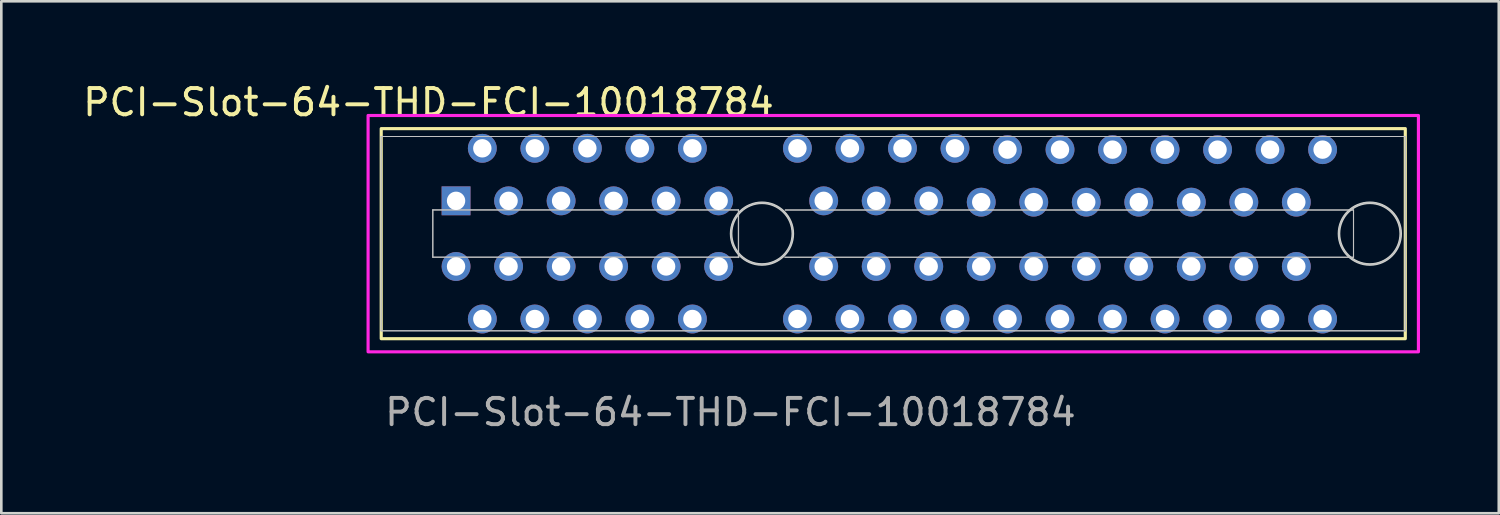
<source format=kicad_pcb>
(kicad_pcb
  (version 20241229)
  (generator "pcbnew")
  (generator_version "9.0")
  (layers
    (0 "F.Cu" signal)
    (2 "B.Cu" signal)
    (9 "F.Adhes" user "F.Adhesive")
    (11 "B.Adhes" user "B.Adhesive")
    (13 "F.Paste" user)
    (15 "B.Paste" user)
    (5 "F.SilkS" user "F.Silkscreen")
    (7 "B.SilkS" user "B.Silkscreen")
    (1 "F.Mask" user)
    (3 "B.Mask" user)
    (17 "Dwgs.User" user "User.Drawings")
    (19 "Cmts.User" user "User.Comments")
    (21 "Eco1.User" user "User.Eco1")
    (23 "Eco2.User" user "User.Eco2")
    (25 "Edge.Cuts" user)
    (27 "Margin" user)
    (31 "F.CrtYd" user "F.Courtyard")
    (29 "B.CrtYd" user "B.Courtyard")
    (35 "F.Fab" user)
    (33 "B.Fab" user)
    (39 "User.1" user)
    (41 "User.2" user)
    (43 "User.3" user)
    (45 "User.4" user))
  (footprint "PCI-Slot-64-THD-FCI-10018784"
    (layer "F.Cu")
    (at 25.968 5.848)
    (property "Reference" "PCI-Slot-64-THD-FCI-10018784" (at -12.7 -5 0) (unlocked yes) (layer "F.SilkS") (effects (font (size 1 1) (thickness 0.15))))
    (attr through_hole)
    (fp_rect (start -14.5 -4) (end 24.5 4) (stroke (width 0.12) (type default)) (fill no) (layer "F.SilkS"))
    (fp_line (start -14.504 -3.7) (end -14.504 3.7) (stroke (width 0.04) (type default)) (layer "Dwgs.User"))
    (fp_line (start -14.504 -3.7) (end 24.496 -3.7) (stroke (width 0.04) (type default)) (layer "Dwgs.User"))
    (fp_line (start -12.54 -0.906) (end -0.9 -0.906) (stroke (width 0.04) (type default)) (layer "Dwgs.User"))
    (fp_line (start -12.54 0.894) (end -12.54 -0.906) (stroke (width 0.04) (type default)) (layer "Dwgs.User"))
    (fp_line (start -0.9 -0.906) (end -0.9 0.906) (stroke (width 0.04) (type default)) (layer "Dwgs.User"))
    (fp_line (start -0.887 0.894) (end -12.54 0.894) (stroke (width 0.04) (type default)) (layer "Dwgs.User"))
    (fp_line (start 0.886 -0.9) (end 22.526 -0.9) (stroke (width 0.04) (type default)) (layer "Dwgs.User"))
    (fp_line (start 22.526 -0.9) (end 22.526 0.9) (stroke (width 0.04) (type default)) (layer "Dwgs.User"))
    (fp_line (start 22.526 0.9) (end 0.874 0.9) (stroke (width 0.04) (type default)) (layer "Dwgs.User"))
    (fp_line (start 24.496 -3.7) (end 24.496 3.7) (stroke (width 0.04) (type default)) (layer "Dwgs.User"))
    (fp_line (start 24.496 3.7) (end -14.504 3.7) (stroke (width 0.04) (type default)) (layer "Dwgs.User"))
    (fp_circle (center -0.004 0) (end 1.171 0) (stroke (width 0.04) (type default)) (fill no) (layer "Dwgs.User"))
    (fp_circle (center 23.146 0) (end 24.321 0) (stroke (width 0.04) (type default)) (fill no) (layer "Dwgs.User"))
    (fp_circle (center 0 0) (end 1.175 0) (stroke (width 0.1) (type default)) (fill no) (layer "Edge.Cuts"))
    (fp_circle (center 23.15 0) (end 24.325 0) (stroke (width 0.1) (type solid)) (fill no) (layer "Edge.Cuts"))
    (fp_rect (start -15 -4.5) (end 25 4.5) (stroke (width 0.12) (type default)) (fill no) (layer "F.CrtYd"))
    (fp_line (start -14.5 -3.7) (end -14.5 3.7) (stroke (width 0.04) (type default)) (layer "F.Fab"))
    (fp_line (start -14.5 -3.7) (end 24.5 -3.7) (stroke (width 0.04) (type default)) (layer "F.Fab"))
    (fp_line (start -12.53 -0.9) (end -0.89 -0.9) (stroke (width 0.04) (type default)) (layer "F.Fab"))
    (fp_line (start -12.53 0.9) (end -12.53 -0.9) (stroke (width 0.04) (type default)) (layer "F.Fab"))
    (fp_line (start -0.89 -0.9) (end -0.89 0.912) (stroke (width 0.04) (type default)) (layer "F.Fab"))
    (fp_line (start -0.877 0.9) (end -12.53 0.9) (stroke (width 0.04) (type default)) (layer "F.Fab"))
    (fp_line (start 0.89 -0.9) (end 22.53 -0.9) (stroke (width 0.04) (type default)) (layer "F.Fab"))
    (fp_line (start 22.53 -0.9) (end 22.53 0.9) (stroke (width 0.04) (type default)) (layer "F.Fab"))
    (fp_line (start 22.53 0.9) (end 0.878 0.9) (stroke (width 0.04) (type default)) (layer "F.Fab"))
    (fp_line (start 24.5 -3.7) (end 24.5 3.7) (stroke (width 0.04) (type default)) (layer "F.Fab"))
    (fp_line (start 24.5 3.7) (end -14.5 3.7) (stroke (width 0.04) (type default)) (layer "F.Fab"))
    (fp_arc (start -11.65 0.948) (mid -11.348 1.25) (end -11.65 1.552) (stroke (width 0.04) (type default)) (layer "F.Fab"))
    (fp_arc (start -11.65 1.552) (mid -11.952 1.25) (end -11.65 0.948) (stroke (width 0.04) (type default)) (layer "F.Fab"))
    (fp_arc (start -10.65 -3.552) (mid -10.348 -3.25) (end -10.65 -2.948) (stroke (width 0.04) (type default)) (layer "F.Fab"))
    (fp_arc (start -10.65 -2.948) (mid -10.952 -3.25) (end -10.65 -3.552) (stroke (width 0.04) (type default)) (layer "F.Fab"))
    (fp_arc (start -10.65 2.948) (mid -10.348 3.25) (end -10.65 3.552) (stroke (width 0.04) (type default)) (layer "F.Fab"))
    (fp_arc (start -10.65 3.552) (mid -10.952 3.25) (end -10.65 2.948) (stroke (width 0.04) (type default)) (layer "F.Fab"))
    (fp_arc (start -9.65 -1.552) (mid -9.348 -1.25) (end -9.65 -0.948) (stroke (width 0.04) (type default)) (layer "F.Fab"))
    (fp_arc (start -9.65 -0.948) (mid -9.952 -1.25) (end -9.65 -1.552) (stroke (width 0.04) (type default)) (layer "F.Fab"))
    (fp_arc (start -9.65 0.948) (mid -9.348 1.25) (end -9.65 1.552) (stroke (width 0.04) (type default)) (layer "F.Fab"))
    (fp_arc (start -9.65 1.552) (mid -9.952 1.25) (end -9.65 0.948) (stroke (width 0.04) (type default)) (layer "F.Fab"))
    (fp_arc (start -8.65 -3.552) (mid -8.348 -3.25) (end -8.65 -2.948) (stroke (width 0.04) (type default)) (layer "F.Fab"))
    (fp_arc (start -8.65 -2.948) (mid -8.952 -3.25) (end -8.65 -3.552) (stroke (width 0.04) (type default)) (layer "F.Fab"))
    (fp_arc (start -8.65 2.948) (mid -8.348 3.25) (end -8.65 3.552) (stroke (width 0.04) (type default)) (layer "F.Fab"))
    (fp_arc (start -8.65 3.552) (mid -8.952 3.25) (end -8.65 2.948) (stroke (width 0.04) (type default)) (layer "F.Fab"))
    (fp_arc (start -7.65 -1.552) (mid -7.348 -1.25) (end -7.65 -0.948) (stroke (width 0.04) (type default)) (layer "F.Fab"))
    (fp_arc (start -7.65 -0.948) (mid -7.952 -1.25) (end -7.65 -1.552) (stroke (width 0.04) (type default)) (layer "F.Fab"))
    (fp_arc (start -7.65 0.948) (mid -7.348 1.25) (end -7.65 1.552) (stroke (width 0.04) (type default)) (layer "F.Fab"))
    (fp_arc (start -7.65 1.552) (mid -7.952 1.25) (end -7.65 0.948) (stroke (width 0.04) (type default)) (layer "F.Fab"))
    (fp_arc (start -6.65 -3.552) (mid -6.348 -3.25) (end -6.65 -2.948) (stroke (width 0.04) (type default)) (layer "F.Fab"))
    (fp_arc (start -6.65 -2.948) (mid -6.952 -3.25) (end -6.65 -3.552) (stroke (width 0.04) (type default)) (layer "F.Fab"))
    (fp_arc (start -6.65 2.948) (mid -6.348 3.25) (end -6.65 3.552) (stroke (width 0.04) (type default)) (layer "F.Fab"))
    (fp_arc (start -6.65 3.552) (mid -6.952 3.25) (end -6.65 2.948) (stroke (width 0.04) (type default)) (layer "F.Fab"))
    (fp_arc (start -5.65 -1.552) (mid -5.348 -1.25) (end -5.65 -0.948) (stroke (width 0.04) (type default)) (layer "F.Fab"))
    (fp_arc (start -5.65 -0.948) (mid -5.952 -1.25) (end -5.65 -1.552) (stroke (width 0.04) (type default)) (layer "F.Fab"))
    (fp_arc (start -5.65 0.948) (mid -5.348 1.25) (end -5.65 1.552) (stroke (width 0.04) (type default)) (layer "F.Fab"))
    (fp_arc (start -5.65 1.552) (mid -5.952 1.25) (end -5.65 0.948) (stroke (width 0.04) (type default)) (layer "F.Fab"))
    (fp_arc (start -4.65 -3.552) (mid -4.348 -3.25) (end -4.65 -2.948) (stroke (width 0.04) (type default)) (layer "F.Fab"))
    (fp_arc (start -4.65 -2.948) (mid -4.952 -3.25) (end -4.65 -3.552) (stroke (width 0.04) (type default)) (layer "F.Fab"))
    (fp_arc (start -4.65 2.948) (mid -4.348 3.25) (end -4.65 3.552) (stroke (width 0.04) (type default)) (layer "F.Fab"))
    (fp_arc (start -4.65 3.552) (mid -4.952 3.25) (end -4.65 2.948) (stroke (width 0.04) (type default)) (layer "F.Fab"))
    (fp_arc (start -3.65 -1.552) (mid -3.348 -1.25) (end -3.65 -0.948) (stroke (width 0.04) (type default)) (layer "F.Fab"))
    (fp_arc (start -3.65 -0.948) (mid -3.952 -1.25) (end -3.65 -1.552) (stroke (width 0.04) (type default)) (layer "F.Fab"))
    (fp_arc (start -3.65 0.948) (mid -3.348 1.25) (end -3.65 1.552) (stroke (width 0.04) (type default)) (layer "F.Fab"))
    (fp_arc (start -3.65 1.552) (mid -3.952 1.25) (end -3.65 0.948) (stroke (width 0.04) (type default)) (layer "F.Fab"))
    (fp_arc (start -2.65 -3.552) (mid -2.348 -3.25) (end -2.65 -2.948) (stroke (width 0.04) (type default)) (layer "F.Fab"))
    (fp_arc (start -2.65 -2.948) (mid -2.952 -3.25) (end -2.65 -3.552) (stroke (width 0.04) (type default)) (layer "F.Fab"))
    (fp_arc (start -2.65 2.948) (mid -2.348 3.25) (end -2.65 3.552) (stroke (width 0.04) (type default)) (layer "F.Fab"))
    (fp_arc (start -2.65 3.552) (mid -2.952 3.25) (end -2.65 2.948) (stroke (width 0.04) (type default)) (layer "F.Fab"))
    (fp_arc (start -1.65 -1.552) (mid -1.348 -1.25) (end -1.65 -0.948) (stroke (width 0.04) (type default)) (layer "F.Fab"))
    (fp_arc (start -1.65 -0.948) (mid -1.952 -1.25) (end -1.65 -1.552) (stroke (width 0.04) (type default)) (layer "F.Fab"))
    (fp_arc (start -1.65 0.948) (mid -1.348 1.25) (end -1.65 1.552) (stroke (width 0.04) (type default)) (layer "F.Fab"))
    (fp_arc (start -1.65 1.552) (mid -1.952 1.25) (end -1.65 0.948) (stroke (width 0.04) (type default)) (layer "F.Fab"))
    (fp_arc (start 1.35 -3.552) (mid 1.652 -3.25) (end 1.35 -2.948) (stroke (width 0.04) (type default)) (layer "F.Fab"))
    (fp_arc (start 1.35 -2.948) (mid 1.048 -3.25) (end 1.35 -3.552) (stroke (width 0.04) (type default)) (layer "F.Fab"))
    (fp_arc (start 1.35 2.948) (mid 1.652 3.25) (end 1.35 3.552) (stroke (width 0.04) (type default)) (layer "F.Fab"))
    (fp_arc (start 1.35 3.552) (mid 1.048 3.25) (end 1.35 2.948) (stroke (width 0.04) (type default)) (layer "F.Fab"))
    (fp_arc (start 2.35 -1.552) (mid 2.652 -1.25) (end 2.35 -0.948) (stroke (width 0.04) (type default)) (layer "F.Fab"))
    (fp_arc (start 2.35 -0.948) (mid 2.048 -1.25) (end 2.35 -1.552) (stroke (width 0.04) (type default)) (layer "F.Fab"))
    (fp_arc (start 2.35 0.948) (mid 2.652 1.25) (end 2.35 1.552) (stroke (width 0.04) (type default)) (layer "F.Fab"))
    (fp_arc (start 2.35 1.552) (mid 2.048 1.25) (end 2.35 0.948) (stroke (width 0.04) (type default)) (layer "F.Fab"))
    (fp_arc (start 3.35 -3.552) (mid 3.652 -3.25) (end 3.35 -2.948) (stroke (width 0.04) (type default)) (layer "F.Fab"))
    (fp_arc (start 3.35 -2.948) (mid 3.048 -3.25) (end 3.35 -3.552) (stroke (width 0.04) (type default)) (layer "F.Fab"))
    (fp_arc (start 3.35 2.948) (mid 3.652 3.25) (end 3.35 3.552) (stroke (width 0.04) (type default)) (layer "F.Fab"))
    (fp_arc (start 3.35 3.552) (mid 3.048 3.25) (end 3.35 2.948) (stroke (width 0.04) (type default)) (layer "F.Fab"))
    (fp_arc (start 4.35 -1.552) (mid 4.652 -1.25) (end 4.35 -0.948) (stroke (width 0.04) (type default)) (layer "F.Fab"))
    (fp_arc (start 4.35 -0.948) (mid 4.048 -1.25) (end 4.35 -1.552) (stroke (width 0.04) (type default)) (layer "F.Fab"))
    (fp_arc (start 4.35 0.948) (mid 4.652 1.25) (end 4.35 1.552) (stroke (width 0.04) (type default)) (layer "F.Fab"))
    (fp_arc (start 4.35 1.552) (mid 4.048 1.25) (end 4.35 0.948) (stroke (width 0.04) (type default)) (layer "F.Fab"))
    (fp_arc (start 5.35 -3.552) (mid 5.652 -3.25) (end 5.35 -2.948) (stroke (width 0.04) (type default)) (layer "F.Fab"))
    (fp_arc (start 5.35 -2.948) (mid 5.048 -3.25) (end 5.35 -3.552) (stroke (width 0.04) (type default)) (layer "F.Fab"))
    (fp_arc (start 5.35 2.948) (mid 5.652 3.25) (end 5.35 3.552) (stroke (width 0.04) (type default)) (layer "F.Fab"))
    (fp_arc (start 5.35 3.552) (mid 5.048 3.25) (end 5.35 2.948) (stroke (width 0.04) (type default)) (layer "F.Fab"))
    (fp_arc (start 6.35 -1.552) (mid 6.652 -1.25) (end 6.35 -0.948) (stroke (width 0.04) (type default)) (layer "F.Fab"))
    (fp_arc (start 6.35 -0.948) (mid 6.048 -1.25) (end 6.35 -1.552) (stroke (width 0.04) (type default)) (layer "F.Fab"))
    (fp_arc (start 6.35 0.948) (mid 6.652 1.25) (end 6.35 1.552) (stroke (width 0.04) (type default)) (layer "F.Fab"))
    (fp_arc (start 6.35 1.552) (mid 6.048 1.25) (end 6.35 0.948) (stroke (width 0.04) (type default)) (layer "F.Fab"))
    (fp_arc (start 7.35 -3.552) (mid 7.652 -3.25) (end 7.35 -2.948) (stroke (width 0.04) (type default)) (layer "F.Fab"))
    (fp_arc (start 7.35 -2.948) (mid 7.048 -3.25) (end 7.35 -3.552) (stroke (width 0.04) (type default)) (layer "F.Fab"))
    (fp_arc (start 7.35 2.948) (mid 7.652 3.25) (end 7.35 3.552) (stroke (width 0.04) (type default)) (layer "F.Fab"))
    (fp_arc (start 7.35 3.552) (mid 7.048 3.25) (end 7.35 2.948) (stroke (width 0.04) (type default)) (layer "F.Fab"))
    (fp_arc (start 8.35 -1.502) (mid 8.652 -1.2) (end 8.35 -0.898) (stroke (width 0.04) (type default)) (layer "F.Fab"))
    (fp_arc (start 11.35 -2.898) (mid 11.048 -3.2) (end 11.35 -3.502) (stroke (width 0.04) (type default)) (layer "F.Fab"))
    (fp_arc (start 14.35 -1.502) (mid 14.652 -1.2) (end 14.35 -0.898) (stroke (width 0.04) (type default)) (layer "F.Fab"))
    (fp_arc (start 17.35 -2.898) (mid 17.048 -3.2) (end 17.35 -3.502) (stroke (width 0.04) (type default)) (layer "F.Fab"))
    (fp_arc (start 20.35 -1.502) (mid 20.652 -1.2) (end 20.35 -0.898) (stroke (width 0.04) (type default)) (layer "F.Fab"))
    (fp_circle (center 0 0) (end 1.175 0) (stroke (width 0.04) (type default)) (fill no) (layer "F.Fab"))
    (fp_circle (center 23.15 0) (end 24.325 0) (stroke (width 0.04) (type default)) (fill no) (layer "F.Fab"))
    (fp_text user "${REFERENCE}" (at -1.2 6.8 0) (unlocked yes) (layer "F.Fab") (effects (font (size 1 1) (thickness 0.15))))
    (pad "A1" thru_hole rect (at -11.65 -1.25) (size 1.1 1.1) (drill 0.7) (layers "*.Cu" "*.Mask"))
    (pad "A2" thru_hole circle (at -10.65 -3.25) (size 1.1 1.1) (drill 0.7) (layers "*.Cu" "*.Mask"))
    (pad "A3" thru_hole circle (at -9.65 -1.25) (size 1.1 1.1) (drill 0.7) (layers "*.Cu" "*.Mask"))
    (pad "A4" thru_hole circle (at -8.65 -3.25) (size 1.1 1.1) (drill 0.7) (layers "*.Cu" "*.Mask"))
    (pad "A5" thru_hole circle (at -7.65 -1.25) (size 1.1 1.1) (drill 0.7) (layers "*.Cu" "*.Mask"))
    (pad "A6" thru_hole circle (at -6.65 -3.25) (size 1.1 1.1) (drill 0.7) (layers "*.Cu" "*.Mask"))
    (pad "A7" thru_hole circle (at -5.65 -1.25) (size 1.1 1.1) (drill 0.7) (layers "*.Cu" "*.Mask"))
    (pad "A8" thru_hole circle (at -4.65 -3.25) (size 1.1 1.1) (drill 0.7) (layers "*.Cu" "*.Mask"))
    (pad "A9" thru_hole circle (at -3.65 -1.25) (size 1.1 1.1) (drill 0.7) (layers "*.Cu" "*.Mask"))
    (pad "A10" thru_hole circle (at -2.65 -3.25) (size 1.1 1.1) (drill 0.7) (layers "*.Cu" "*.Mask"))
    (pad "A11" thru_hole circle (at -1.65 -1.25) (size 1.1 1.1) (drill 0.7) (layers "*.Cu" "*.Mask"))
    (pad "A12" thru_hole circle (at 1.35 -3.25) (size 1.1 1.1) (drill 0.7) (layers "*.Cu" "*.Mask"))
    (pad "A13" thru_hole circle (at 2.35 -1.25) (size 1.1 1.1) (drill 0.7) (layers "*.Cu" "*.Mask"))
    (pad "A14" thru_hole circle (at 3.35 -3.25) (size 1.1 1.1) (drill 0.7) (layers "*.Cu" "*.Mask"))
    (pad "A15" thru_hole circle (at 4.35 -1.25) (size 1.1 1.1) (drill 0.7) (layers "*.Cu" "*.Mask"))
    (pad "A16" thru_hole circle (at 5.35 -3.25) (size 1.1 1.1) (drill 0.7) (layers "*.Cu" "*.Mask"))
    (pad "A17" thru_hole circle (at 6.35 -1.25) (size 1.1 1.1) (drill 0.7) (layers "*.Cu" "*.Mask"))
    (pad "A18" thru_hole circle (at 7.35 -3.25) (size 1.1 1.1) (drill 0.7) (layers "*.Cu" "*.Mask"))
    (pad "A19" thru_hole circle (at 8.35 -1.2) (size 1.1 1.1) (drill 0.7) (layers "*.Cu" "*.Mask"))
    (pad "A20" thru_hole circle (at 9.35 -3.2) (size 1.1 1.1) (drill 0.7) (layers "*.Cu" "*.Mask"))
    (pad "A21" thru_hole circle (at 10.35 -1.2) (size 1.1 1.1) (drill 0.7) (layers "*.Cu" "*.Mask"))
    (pad "A22" thru_hole circle (at 11.35 -3.2) (size 1.1 1.1) (drill 0.7) (layers "*.Cu" "*.Mask"))
    (pad "A23" thru_hole circle (at 12.35 -1.2) (size 1.1 1.1) (drill 0.7) (layers "*.Cu" "*.Mask"))
    (pad "A24" thru_hole circle (at 13.35 -3.2) (size 1.1 1.1) (drill 0.7) (layers "*.Cu" "*.Mask"))
    (pad "A25" thru_hole circle (at 14.35 -1.2) (size 1.1 1.1) (drill 0.7) (layers "*.Cu" "*.Mask"))
    (pad "A26" thru_hole circle (at 15.35 -3.2) (size 1.1 1.1) (drill 0.7) (layers "*.Cu" "*.Mask"))
    (pad "A27" thru_hole circle (at 16.35 -1.2) (size 1.1 1.1) (drill 0.7) (layers "*.Cu" "*.Mask"))
    (pad "A28" thru_hole circle (at 17.35 -3.2) (size 1.1 1.1) (drill 0.7) (layers "*.Cu" "*.Mask"))
    (pad "A29" thru_hole circle (at 18.35 -1.2) (size 1.1 1.1) (drill 0.7) (layers "*.Cu" "*.Mask"))
    (pad "A30" thru_hole circle (at 19.35 -3.2) (size 1.1 1.1) (drill 0.7) (layers "*.Cu" "*.Mask"))
    (pad "A31" thru_hole circle (at 20.35 -1.2) (size 1.1 1.1) (drill 0.7) (layers "*.Cu" "*.Mask"))
    (pad "A32" thru_hole circle (at 21.35 -3.2) (size 1.1 1.1) (drill 0.7) (layers "*.Cu" "*.Mask"))
    (pad "B1" thru_hole circle (at -11.65 1.25) (size 1.1 1.1) (drill 0.7) (layers "*.Cu" "*.Mask"))
    (pad "B2" thru_hole circle (at -10.65 3.25) (size 1.1 1.1) (drill 0.7) (layers "*.Cu" "*.Mask"))
    (pad "B3" thru_hole circle (at -9.65 1.25) (size 1.1 1.1) (drill 0.7) (layers "*.Cu" "*.Mask"))
    (pad "B4" thru_hole circle (at -8.65 3.25) (size 1.1 1.1) (drill 0.7) (layers "*.Cu" "*.Mask"))
    (pad "B5" thru_hole circle (at -7.65 1.25) (size 1.1 1.1) (drill 0.7) (layers "*.Cu" "*.Mask"))
    (pad "B6" thru_hole circle (at -6.65 3.25) (size 1.1 1.1) (drill 0.7) (layers "*.Cu" "*.Mask"))
    (pad "B7" thru_hole circle (at -5.65 1.25) (size 1.1 1.1) (drill 0.7) (layers "*.Cu" "*.Mask"))
    (pad "B8" thru_hole circle (at -4.65 3.25) (size 1.1 1.1) (drill 0.7) (layers "*.Cu" "*.Mask"))
    (pad "B9" thru_hole circle (at -3.65 1.25) (size 1.1 1.1) (drill 0.7) (layers "*.Cu" "*.Mask"))
    (pad "B10" thru_hole circle (at -2.65 3.25) (size 1.1 1.1) (drill 0.7) (layers "*.Cu" "*.Mask"))
    (pad "B11" thru_hole circle (at -1.65 1.25) (size 1.1 1.1) (drill 0.7) (layers "*.Cu" "*.Mask"))
    (pad "B12" thru_hole circle (at 1.35 3.25) (size 1.1 1.1) (drill 0.7) (layers "*.Cu" "*.Mask"))
    (pad "B13" thru_hole circle (at 2.35 1.25) (size 1.1 1.1) (drill 0.7) (layers "*.Cu" "*.Mask"))
    (pad "B14" thru_hole circle (at 3.35 3.25) (size 1.1 1.1) (drill 0.7) (layers "*.Cu" "*.Mask"))
    (pad "B15" thru_hole circle (at 4.35 1.25) (size 1.1 1.1) (drill 0.7) (layers "*.Cu" "*.Mask"))
    (pad "B16" thru_hole circle (at 5.35 3.25) (size 1.1 1.1) (drill 0.7) (layers "*.Cu" "*.Mask"))
    (pad "B17" thru_hole circle (at 6.35 1.25) (size 1.1 1.1) (drill 0.7) (layers "*.Cu" "*.Mask"))
    (pad "B18" thru_hole circle (at 7.35 3.25) (size 1.1 1.1) (drill 0.7) (layers "*.Cu" "*.Mask"))
    (pad "B19" thru_hole circle (at 8.35 1.25) (size 1.1 1.1) (drill 0.7) (layers "*.Cu" "*.Mask"))
    (pad "B20" thru_hole circle (at 9.35 3.25) (size 1.1 1.1) (drill 0.7) (layers "*.Cu" "*.Mask"))
    (pad "B21" thru_hole circle (at 10.35 1.25) (size 1.1 1.1) (drill 0.7) (layers "*.Cu" "*.Mask"))
    (pad "B22" thru_hole circle (at 11.35 3.25) (size 1.1 1.1) (drill 0.7) (layers "*.Cu" "*.Mask"))
    (pad "B23" thru_hole circle (at 12.35 1.25) (size 1.1 1.1) (drill 0.7) (layers "*.Cu" "*.Mask"))
    (pad "B24" thru_hole circle (at 13.35 3.25) (size 1.1 1.1) (drill 0.7) (layers "*.Cu" "*.Mask"))
    (pad "B25" thru_hole circle (at 14.35 1.25) (size 1.1 1.1) (drill 0.7) (layers "*.Cu" "*.Mask"))
    (pad "B26" thru_hole circle (at 15.35 3.25) (size 1.1 1.1) (drill 0.7) (layers "*.Cu" "*.Mask"))
    (pad "B27" thru_hole circle (at 16.35 1.25) (size 1.1 1.1) (drill 0.7) (layers "*.Cu" "*.Mask"))
    (pad "B28" thru_hole circle (at 17.35 3.25) (size 1.1 1.1) (drill 0.7) (layers "*.Cu" "*.Mask"))
    (pad "B29" thru_hole circle (at 18.35 1.25) (size 1.1 1.1) (drill 0.7) (layers "*.Cu" "*.Mask"))
    (pad "B30" thru_hole circle (at 19.35 3.25) (size 1.1 1.1) (drill 0.7) (layers "*.Cu" "*.Mask"))
    (pad "B31" thru_hole circle (at 20.35 1.25) (size 1.1 1.1) (drill 0.7) (layers "*.Cu" "*.Mask"))
    (pad "B32" thru_hole circle (at 21.35 3.25) (size 1.1 1.1) (drill 0.7) (layers "*.Cu" "*.Mask")))
  (gr_rect
    (start -3 -3)
    (end 54.028 16.497)
    (stroke (width 0.1) (type default))
    (fill no)
    (layer "Edge.Cuts")))
</source>
